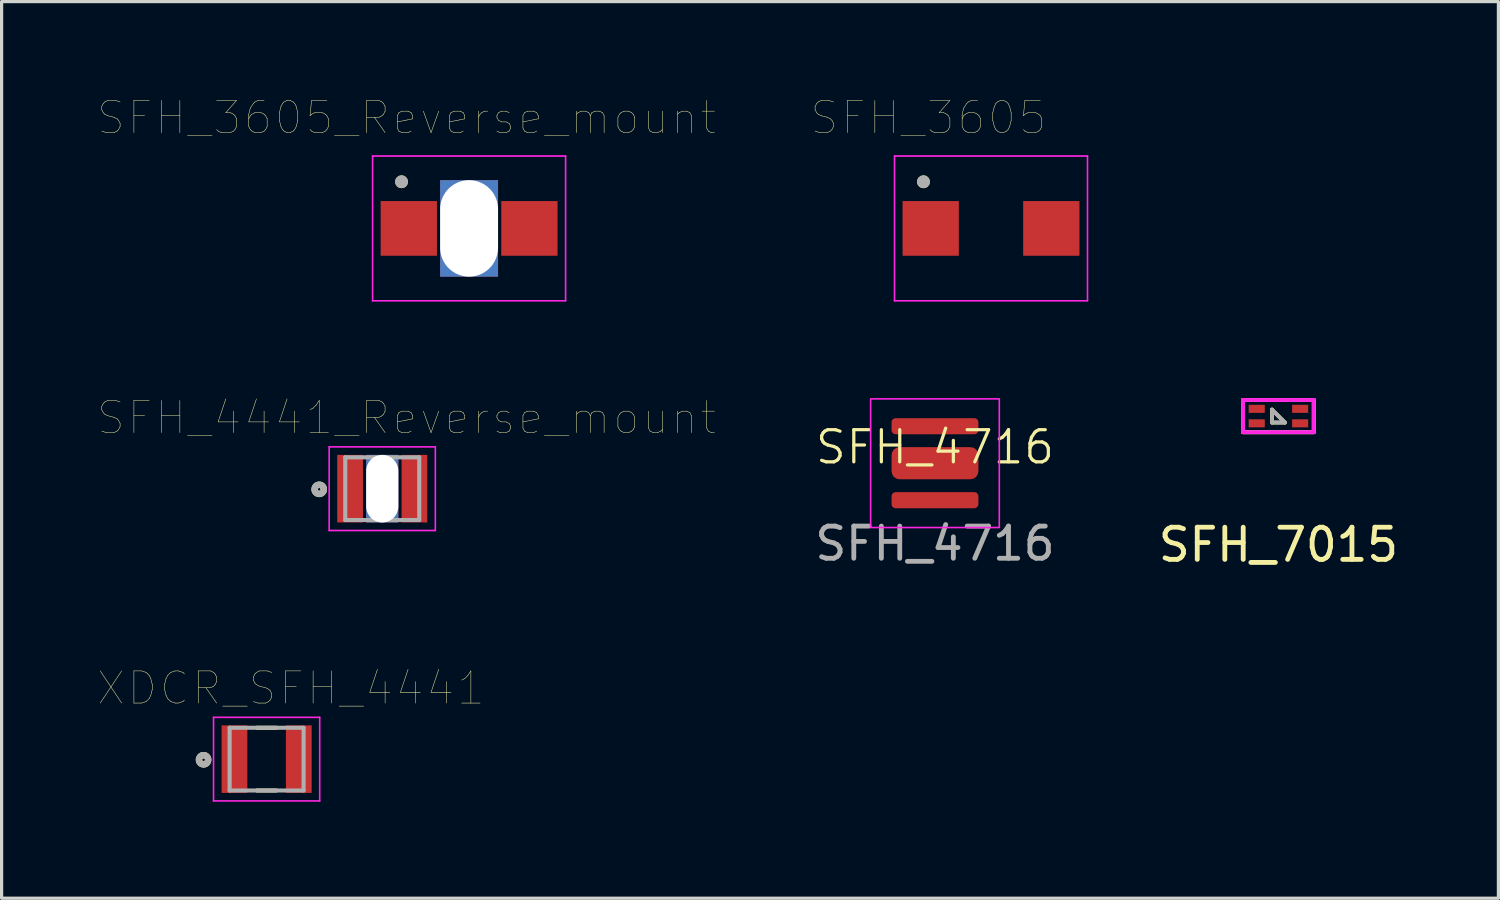
<source format=kicad_pcb>
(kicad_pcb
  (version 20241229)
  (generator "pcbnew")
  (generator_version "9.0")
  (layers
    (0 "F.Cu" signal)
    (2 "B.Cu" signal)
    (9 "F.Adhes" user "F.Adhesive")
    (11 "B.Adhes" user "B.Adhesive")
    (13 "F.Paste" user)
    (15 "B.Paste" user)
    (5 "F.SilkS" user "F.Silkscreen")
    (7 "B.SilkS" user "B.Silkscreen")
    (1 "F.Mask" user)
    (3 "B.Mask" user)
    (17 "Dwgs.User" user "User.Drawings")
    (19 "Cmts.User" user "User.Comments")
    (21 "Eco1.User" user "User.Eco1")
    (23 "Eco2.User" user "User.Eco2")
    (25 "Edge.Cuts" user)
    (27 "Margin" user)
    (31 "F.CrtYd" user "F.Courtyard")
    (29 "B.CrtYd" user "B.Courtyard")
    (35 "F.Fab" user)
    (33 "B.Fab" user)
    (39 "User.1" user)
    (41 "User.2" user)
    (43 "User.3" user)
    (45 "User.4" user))
  (footprint "XDCR_SFH_4441"
    (layer "F.Cu")
    (at 5.239 20.551)
    (property "Reference" "XDCR_SFH_4441" (at 0.755 -2.205 0) (layer "F.SilkS") (effects (font (size 1 1) (thickness 0.015))))
    (attr through_hole)
    (fp_poly (pts (xy -1.4 -1.05) (xy -0.6 -1.05) (xy -0.6 1.05) (xy -1.4 1.05)) (stroke (width 0.01) (type solid)) (fill yes) (layer "F.Mask"))
    (fp_poly (pts (xy 0.6 -1.05) (xy 1.4 -1.05) (xy 1.4 1.05) (xy 0.6 1.05)) (stroke (width 0.01) (type solid)) (fill yes) (layer "F.Mask"))
    (fp_line (start -0.3 -0.975) (end 0.3 -0.975) (stroke (width 0.127) (type solid)) (layer "F.SilkS"))
    (fp_line (start -0.3 0.975) (end 0.3 0.975) (stroke (width 0.127) (type solid)) (layer "F.SilkS"))
    (fp_circle (center -1.96 0.02) (end -1.817 0.02) (stroke (width 0.2) (type solid)) (fill no) (layer "F.SilkS"))
    (fp_poly (pts (xy -1.35 -1) (xy -0.65 -1) (xy -0.65 1) (xy -1.35 1)) (stroke (width 0.01) (type solid)) (fill yes) (layer "F.Paste"))
    (fp_poly (pts (xy 0.65 -1) (xy 1.35 -1) (xy 1.35 1) (xy 0.65 1)) (stroke (width 0.01) (type solid)) (fill yes) (layer "F.Paste"))
    (fp_line (start -1.65 -1.3) (end 1.65 -1.3) (stroke (width 0.05) (type solid)) (layer "F.CrtYd"))
    (fp_line (start -1.65 1.3) (end -1.65 -1.3) (stroke (width 0.05) (type solid)) (layer "F.CrtYd"))
    (fp_line (start 1.65 -1.3) (end 1.65 1.3) (stroke (width 0.05) (type solid)) (layer "F.CrtYd"))
    (fp_line (start 1.65 1.3) (end -1.65 1.3) (stroke (width 0.05) (type solid)) (layer "F.CrtYd"))
    (fp_line (start -1.15 -0.975) (end 1.15 -0.975) (stroke (width 0.127) (type solid)) (layer "F.Fab"))
    (fp_line (start -1.15 0.975) (end -1.15 -0.975) (stroke (width 0.127) (type solid)) (layer "F.Fab"))
    (fp_line (start 1.15 -0.975) (end 1.15 0.975) (stroke (width 0.127) (type solid)) (layer "F.Fab"))
    (fp_line (start 1.15 0.975) (end -1.15 0.975) (stroke (width 0.127) (type solid)) (layer "F.Fab"))
    (fp_circle (center -1.96 0.02) (end -1.817 0.02) (stroke (width 0.2) (type solid)) (fill no) (layer "F.Fab"))
    (pad "1" smd rect (at -1 0) (size 0.8 2.1) (layers "F.Cu"))
    (pad "2" smd rect (at 1 0) (size 0.8 2.1) (layers "F.Cu")))
  (footprint "SFH_4441_Reverse_mount"
    (layer "F.Cu")
    (at 8.834 12.143)
    (property "Reference" "SFH_4441_Reverse_mount" (at 0.755 -2.205 0) (layer "F.SilkS") (effects (font (size 1 1) (thickness 0.015))))
    (attr through_hole)
    (fp_poly (pts (xy -1.4 -1.05) (xy -0.6 -1.05) (xy -0.6 1.05) (xy -1.4 1.05)) (stroke (width 0.01) (type solid)) (fill yes) (layer "F.Mask"))
    (fp_poly (pts (xy 0.6 -1.05) (xy 1.4 -1.05) (xy 1.4 1.05) (xy 0.6 1.05)) (stroke (width 0.01) (type solid)) (fill yes) (layer "F.Mask"))
    (fp_circle (center -1.96 0.02) (end -1.817 0.02) (stroke (width 0.2) (type solid)) (fill no) (layer "F.SilkS"))
    (fp_poly (pts (xy -1.35 -1) (xy -0.65 -1) (xy -0.65 1) (xy -1.35 1)) (stroke (width 0.01) (type solid)) (fill yes) (layer "F.Paste"))
    (fp_poly (pts (xy 0.65 -1) (xy 1.35 -1) (xy 1.35 1) (xy 0.65 1)) (stroke (width 0.01) (type solid)) (fill yes) (layer "F.Paste"))
    (fp_line (start -1.65 -1.3) (end 1.65 -1.3) (stroke (width 0.05) (type solid)) (layer "F.CrtYd"))
    (fp_line (start -1.65 1.3) (end -1.65 -1.3) (stroke (width 0.05) (type solid)) (layer "F.CrtYd"))
    (fp_line (start 1.65 -1.3) (end 1.65 1.3) (stroke (width 0.05) (type solid)) (layer "F.CrtYd"))
    (fp_line (start 1.65 1.3) (end -1.65 1.3) (stroke (width 0.05) (type solid)) (layer "F.CrtYd"))
    (fp_line (start -1.15 -0.975) (end 1.15 -0.975) (stroke (width 0.127) (type solid)) (layer "F.Fab"))
    (fp_line (start -1.15 0.975) (end -1.15 -0.975) (stroke (width 0.127) (type solid)) (layer "F.Fab"))
    (fp_line (start 1.15 -0.975) (end 1.15 0.975) (stroke (width 0.127) (type solid)) (layer "F.Fab"))
    (fp_line (start 1.15 0.975) (end -1.15 0.975) (stroke (width 0.127) (type solid)) (layer "F.Fab"))
    (fp_circle (center -1.96 0.02) (end -1.817 0.02) (stroke (width 0.2) (type solid)) (fill no) (layer "F.Fab"))
    (pad "" np_thru_hole rect (at 0 0) (size 1 2.1) (drill oval 1 2.1) (layers "*.Cu" "*.Mask" "Eco1.User"))
    (pad "1" smd rect (at -1 0) (size 0.8 2.1) (layers "F.Cu"))
    (pad "2" smd rect (at 1 0) (size 0.8 2.1) (layers "F.Cu")))
  (footprint "SFH_4716"
    (layer "F.Cu")
    (at 26.018 11.351)
    (property "Reference" "SFH_4716" (at 0 -0.5 0) (unlocked yes) (layer "F.SilkS") (effects (font (size 1 1) (thickness 0.1))))
    (attr smd)
    (fp_rect (start -2 -2) (end 2 2) (stroke (width 0.05) (type default)) (fill no) (layer "F.CrtYd"))
    (fp_text user "${REFERENCE}" (at 0 2.5 0) (unlocked yes) (layer "F.Fab") (effects (font (size 1 1) (thickness 0.15))))
    (pad "1" smd roundrect (at 0 -1.15) (size 2.7 0.5) (layers "F.Cu" "F.Mask" "F.Paste") (roundrect_rratio 0.25))
    (pad "2" smd roundrect (at 0 0) (size 2.7 1) (layers "F.Cu" "F.Mask" "F.Paste") (roundrect_rratio 0.25))
    (pad "2" smd roundrect (at 0 1.15) (size 2.7 0.5) (layers "F.Cu" "F.Mask" "F.Paste") (roundrect_rratio 0.25)))
  (footprint "SFH_3605"
    (layer "F.Cu")
    (at 27.76 4.051)
    (property "Reference" "SFH_3605" (at -1.945 -3.44 0) (layer "F.SilkS") (effects (font (size 1 1) (thickness 0.015))))
    (attr through_hole)
    (fp_poly (pts (xy -2.25 -0.85) (xy -1 -0.85) (xy -1 0.85) (xy -2.25 0.85)) (stroke (width 0.01) (type solid)) (fill yes) (layer "F.Mask"))
    (fp_poly (pts (xy 1 -0.85) (xy 2.25 -0.85) (xy 2.25 0.85) (xy 1 0.85)) (stroke (width 0.01) (type solid)) (fill yes) (layer "F.Mask"))
    (fp_circle (center -2.1 -1.45) (end -2 -1.45) (stroke (width 0.2) (type solid)) (fill no) (layer "F.SilkS"))
    (fp_poly (pts (xy -2.2 -0.8) (xy -1.05 -0.8) (xy -1.05 0.8) (xy -2.2 0.8)) (stroke (width 0.01) (type solid)) (fill yes) (layer "F.Paste"))
    (fp_poly (pts (xy 1.05 -0.8) (xy 2.2 -0.8) (xy 2.2 0.8) (xy 1.05 0.8)) (stroke (width 0.01) (type solid)) (fill yes) (layer "F.Paste"))
    (fp_line (start -3 -2.25) (end 3 -2.25) (stroke (width 0.05) (type solid)) (layer "F.CrtYd"))
    (fp_line (start -3 2.25) (end -3 -2.25) (stroke (width 0.05) (type solid)) (layer "F.CrtYd"))
    (fp_line (start 3 -2.25) (end 3 2.25) (stroke (width 0.05) (type solid)) (layer "F.CrtYd"))
    (fp_line (start 3 2.25) (end -3 2.25) (stroke (width 0.05) (type solid)) (layer "F.CrtYd"))
    (fp_circle (center -2.1 -1.45) (end -2 -1.45) (stroke (width 0.2) (type solid)) (fill no) (layer "F.Fab"))
    (pad "1" smd rect (at -1.875 0) (size 1.75 1.7) (layers "F.Cu"))
    (pad "2" smd rect (at 1.875 0) (size 1.75 1.7) (layers "F.Cu")))
  (footprint "SFH_7015"
    (layer "F.Cu")
    (at 36.696 9.886)
    (property "Reference" "SFH_7015" (at 0 4 0) (layer "F.SilkS") (effects (font (size 1 1) (thickness 0.15))))
    (attr through_hole)
    (fp_line (start -1.1 -0.5) (end -1.1 0.5) (stroke (width 0.12) (type solid)) (layer "F.SilkS"))
    (fp_line (start -1.1 0.5) (end 1.1 0.5) (stroke (width 0.12) (type solid)) (layer "F.SilkS"))
    (fp_line (start -0.2 -0.2) (end -0.2 0.2) (stroke (width 0.12) (type solid)) (layer "F.SilkS"))
    (fp_line (start -0.2 0.2) (end 0.2 0.2) (stroke (width 0.12) (type solid)) (layer "F.SilkS"))
    (fp_line (start 0.2 0.2) (end -0.2 -0.2) (stroke (width 0.12) (type solid)) (layer "F.SilkS"))
    (fp_line (start 1.1 -0.5) (end -1.1 -0.5) (stroke (width 0.12) (type solid)) (layer "F.SilkS"))
    (fp_line (start 1.1 0.5) (end 1.1 -0.5) (stroke (width 0.12) (type solid)) (layer "F.SilkS"))
    (fp_line (start -1.1 -0.5) (end -1.1 0.5) (stroke (width 0.12) (type solid)) (layer "F.CrtYd"))
    (fp_line (start -1.1 0.5) (end 1.1 0.5) (stroke (width 0.12) (type solid)) (layer "F.CrtYd"))
    (fp_line (start 1.1 -0.5) (end -1.1 -0.5) (stroke (width 0.12) (type solid)) (layer "F.CrtYd"))
    (fp_line (start 1.1 0.5) (end 1.1 -0.5) (stroke (width 0.12) (type solid)) (layer "F.CrtYd"))
    (fp_line (start -1.1 -0.5) (end -1.1 0.5) (stroke (width 0.12) (type solid)) (layer "F.Fab"))
    (fp_line (start -1.1 0.5) (end 1.1 0.5) (stroke (width 0.12) (type solid)) (layer "F.Fab"))
    (fp_line (start -0.2 -0.2) (end -0.2 0.2) (stroke (width 0.12) (type solid)) (layer "F.Fab"))
    (fp_line (start -0.2 0.2) (end 0.2 0.2) (stroke (width 0.12) (type solid)) (layer "F.Fab"))
    (fp_line (start 0.2 0.2) (end -0.2 -0.2) (stroke (width 0.12) (type solid)) (layer "F.Fab"))
    (fp_line (start 1.1 -0.5) (end -1.1 -0.5) (stroke (width 0.12) (type solid)) (layer "F.Fab"))
    (fp_line (start 1.1 0.5) (end 1.1 -0.5) (stroke (width 0.12) (type solid)) (layer "F.Fab"))
    (pad "1" smd rect (at 0.675 0.225) (size 0.5 0.25) (layers "F.Cu" "F.Mask" "F.Paste"))
    (pad "2" smd rect (at 0.675 -0.225) (size 0.5 0.25) (layers "F.Cu" "F.Mask" "F.Paste"))
    (pad "3" smd rect (at -0.675 0.225) (size 0.5 0.25) (layers "F.Cu" "F.Mask" "F.Paste"))
    (pad "4" smd rect (at -0.675 -0.225) (size 0.5 0.25) (layers "F.Cu" "F.Mask" "F.Paste")))
  (footprint "SFH_3605_Reverse_mount"
    (layer "F.Cu")
    (at 11.534 4.051)
    (property "Reference" "SFH_3605_Reverse_mount" (at -1.945 -3.44 0) (layer "F.SilkS") (effects (font (size 1 1) (thickness 0.015))))
    (attr through_hole)
    (fp_poly (pts (xy -2.25 -0.85) (xy -1 -0.85) (xy -1 0.85) (xy -2.25 0.85)) (stroke (width 0.01) (type solid)) (fill yes) (layer "F.Mask"))
    (fp_poly (pts (xy 1 -0.85) (xy 2.25 -0.85) (xy 2.25 0.85) (xy 1 0.85)) (stroke (width 0.01) (type solid)) (fill yes) (layer "F.Mask"))
    (fp_circle (center -2.1 -1.45) (end -2 -1.45) (stroke (width 0.2) (type solid)) (fill no) (layer "F.SilkS"))
    (fp_poly (pts (xy -2.2 -0.8) (xy -1.05 -0.8) (xy -1.05 0.8) (xy -2.2 0.8)) (stroke (width 0.01) (type solid)) (fill yes) (layer "F.Paste"))
    (fp_poly (pts (xy 1.05 -0.8) (xy 2.2 -0.8) (xy 2.2 0.8) (xy 1.05 0.8)) (stroke (width 0.01) (type solid)) (fill yes) (layer "F.Paste"))
    (fp_line (start -3 -2.25) (end 3 -2.25) (stroke (width 0.05) (type solid)) (layer "F.CrtYd"))
    (fp_line (start -3 2.25) (end -3 -2.25) (stroke (width 0.05) (type solid)) (layer "F.CrtYd"))
    (fp_line (start 3 -2.25) (end 3 2.25) (stroke (width 0.05) (type solid)) (layer "F.CrtYd"))
    (fp_line (start 3 2.25) (end -3 2.25) (stroke (width 0.05) (type solid)) (layer "F.CrtYd"))
    (fp_circle (center -2.1 -1.45) (end -2 -1.45) (stroke (width 0.2) (type solid)) (fill no) (layer "F.Fab"))
    (pad "" np_thru_hole rect (at 0 0) (size 1.8 3) (drill oval 1.8 3) (layers "*.Cu" "*.Mask" "Eco1.User"))
    (pad "1" smd rect (at -1.875 0) (size 1.75 1.7) (layers "F.Cu"))
    (pad "2" smd rect (at 1.875 0) (size 1.75 1.7) (layers "F.Cu")))
  (gr_rect
    (start -3 -3)
    (end 43.535 24.876)
    (stroke (width 0.1) (type default))
    (fill no)
    (layer "Edge.Cuts")))
</source>
